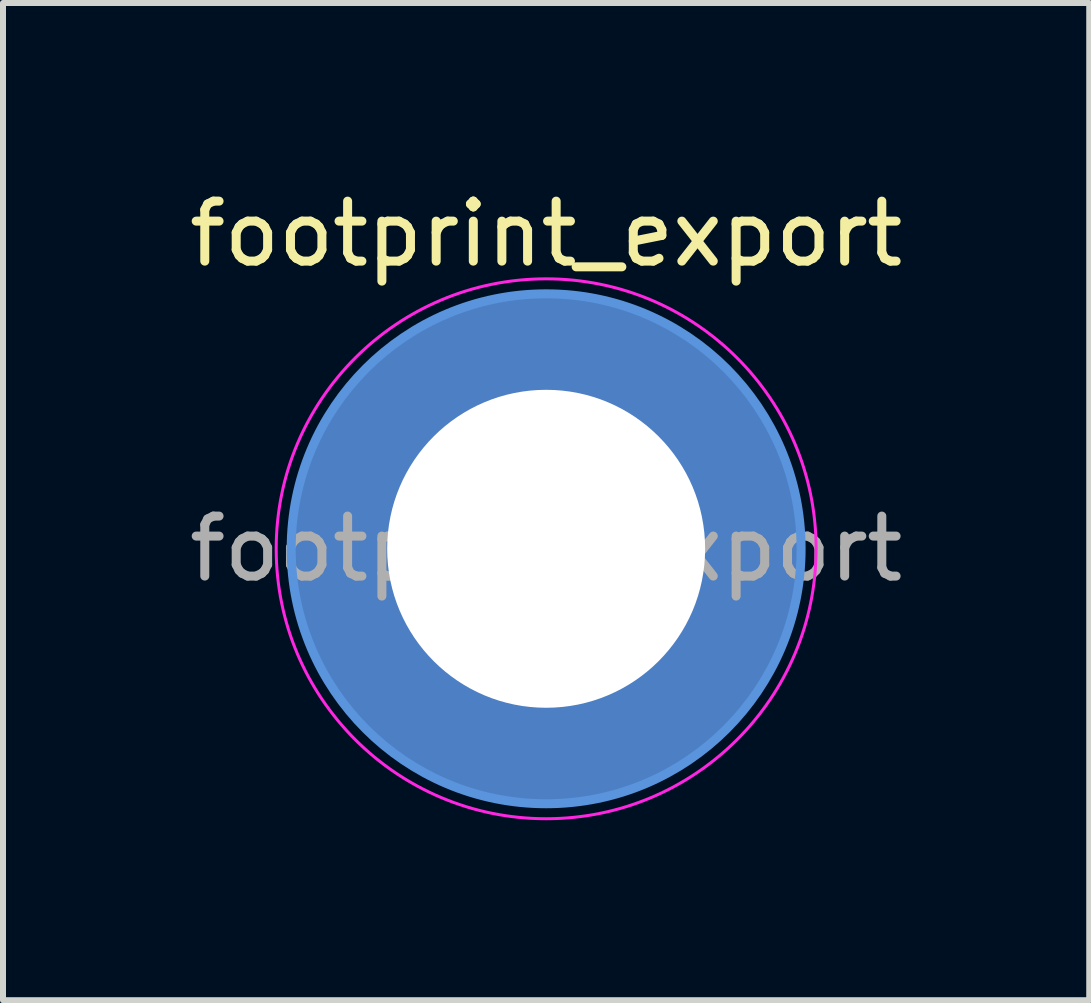
<source format=kicad_pcb>
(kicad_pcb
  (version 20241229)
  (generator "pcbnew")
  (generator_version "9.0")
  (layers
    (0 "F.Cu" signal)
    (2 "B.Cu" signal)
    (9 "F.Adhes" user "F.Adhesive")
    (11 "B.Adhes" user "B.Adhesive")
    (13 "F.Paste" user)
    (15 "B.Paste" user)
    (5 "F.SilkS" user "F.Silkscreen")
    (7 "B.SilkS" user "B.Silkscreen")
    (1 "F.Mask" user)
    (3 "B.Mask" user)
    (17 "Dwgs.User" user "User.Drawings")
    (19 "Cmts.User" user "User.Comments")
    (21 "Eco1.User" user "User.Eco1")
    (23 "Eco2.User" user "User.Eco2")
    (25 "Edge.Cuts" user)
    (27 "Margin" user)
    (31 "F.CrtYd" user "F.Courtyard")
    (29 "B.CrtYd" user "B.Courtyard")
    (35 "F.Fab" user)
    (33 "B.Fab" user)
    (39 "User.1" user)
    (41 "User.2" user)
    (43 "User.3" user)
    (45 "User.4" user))
  (footprint "footprint_export"
    (layer "F.Cu")
    (at 6.054 6.098)
    (property "Reference" "footprint_export" (at 0 -5.25 0) (layer "F.SilkS") (effects (font (size 1 1) (thickness 0.15))))
    (attr exclude_from_pos_files exclude_from_bom)
    (fp_circle (center 0 0) (end 4.25 0) (stroke (width 0.15) (type solid)) (fill no) (layer "Cmts.User"))
    (fp_circle (center 0 0) (end 4.5 0) (stroke (width 0.05) (type solid)) (fill no) (layer "F.CrtYd"))
    (fp_text user "${REFERENCE}" (at 0 0 0) (layer "F.Fab") (effects (font (size 1 1) (thickness 0.15))))
    (pad "1" thru_hole circle (at 0 0) (size 5.7 5.7) (drill 5.3) (layers "*.Cu" "*.Mask"))
    (pad "1" connect circle (at 0 0) (size 8.5 8.5) (layers "F.Cu" "F.Mask"))
    (pad "1" connect circle (at 0 0) (size 8.5 8.5) (layers "B.Cu" "B.Mask")))
  (gr_rect
    (start -3 -3)
    (end 15.107 13.623)
    (stroke (width 0.1) (type default))
    (fill no)
    (layer "Edge.Cuts")))
</source>
